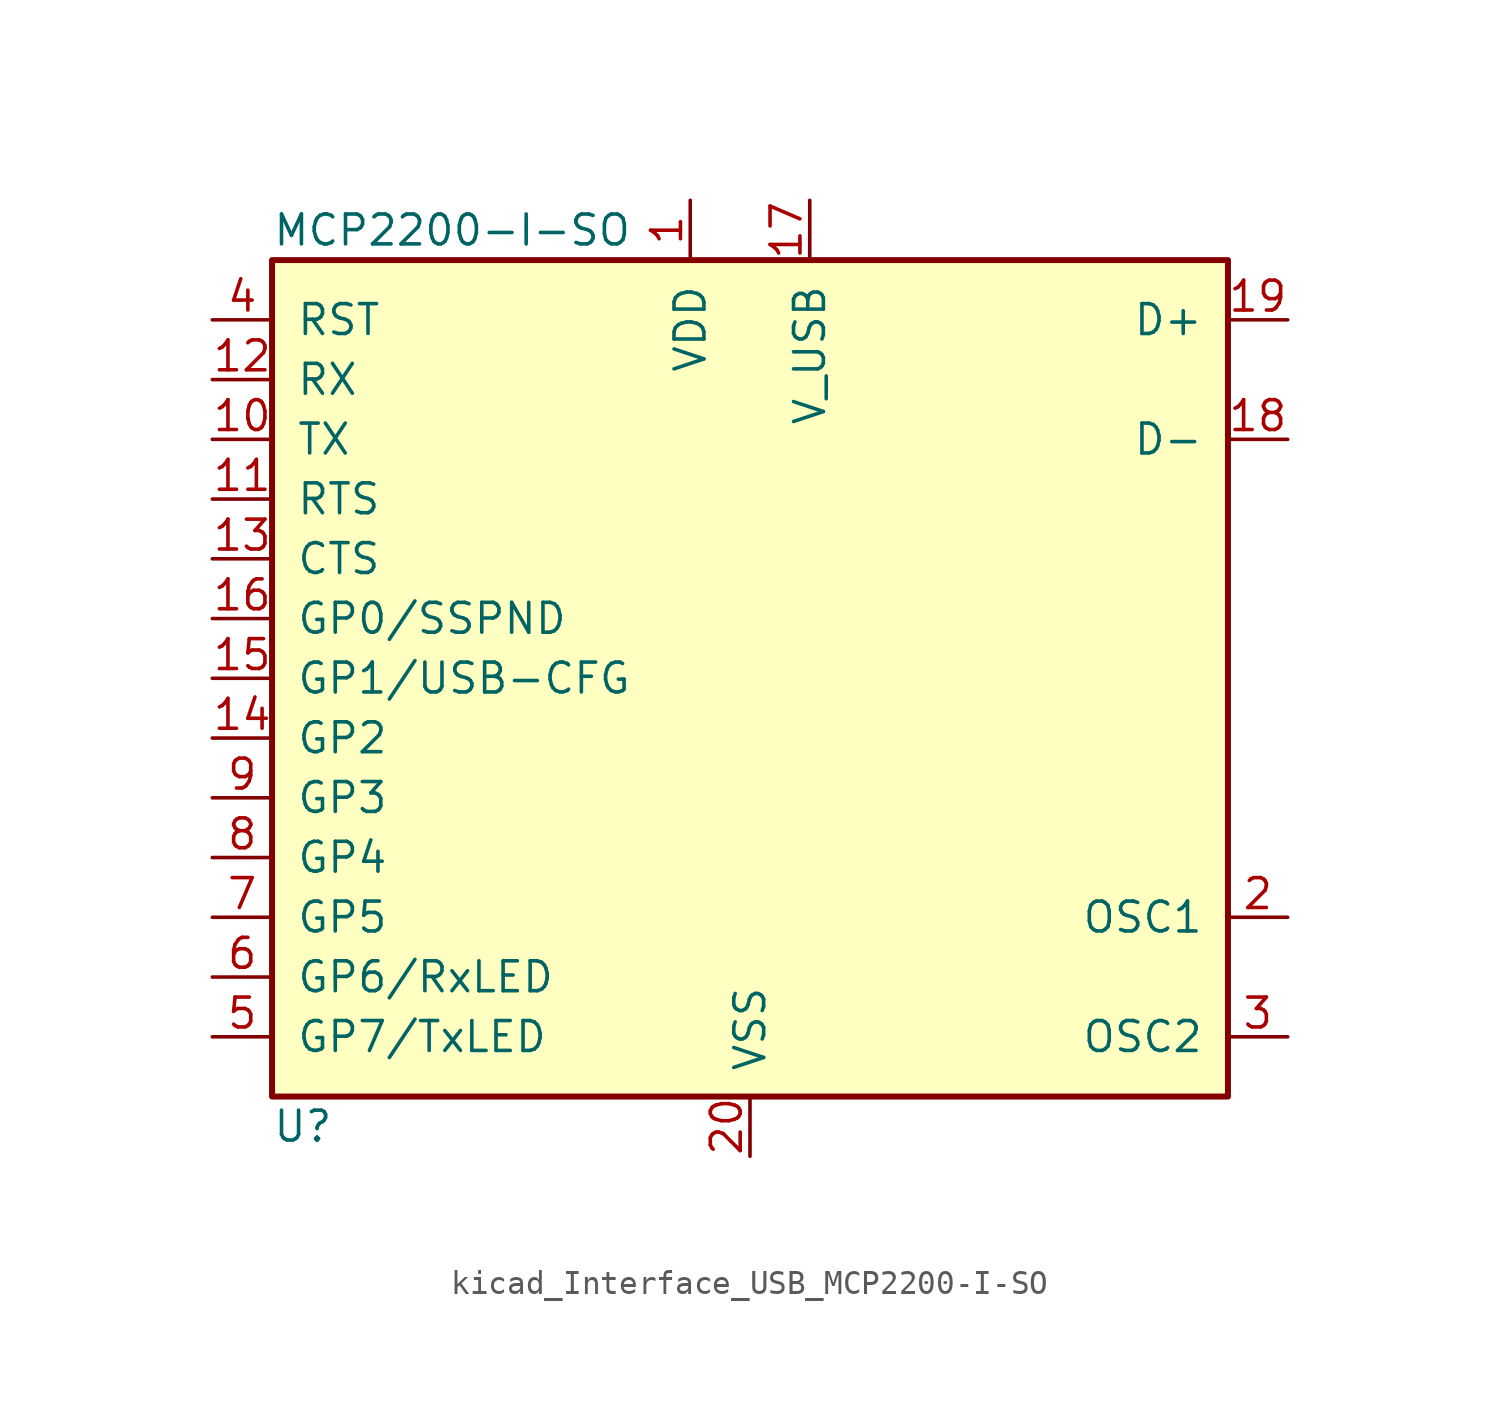
<source format=kicad_sym>
(kicad_symbol_lib
  (version 20220914)
  (generator kicad_symbol_editor)
  (symbol "kicad_Interface_USB_MCP2200-I-SO"
    (pin_names
      (offset 1.016))
    (property "Reference" "U"
      (at -20.32 -19.05 0)
      (effects (font (size 1.27 1.27)) (justify left)))
    (property "Value" "MCP2200-I-SO"
      (at -20.32 19.05 0)
      (effects (font (size 1.27 1.27)) (justify left)))
    (symbol "kicad_Interface_USB_MCP2200-I-SO_0_1"
      (rectangle (start -20.32 17.78) (end 20.32 -17.78) (stroke (width 0.254) (type default)) (fill (type background))))
    (symbol "kicad_Interface_USB_MCP2200-I-SO_1_1"
      (pin power_in line (at -2.54 20.32 270) (length 2.54) (name "VDD" (effects (font (size 1.27 1.27)))) (number "1" (effects (font (size 1.27 1.27)))))
      (pin output line (at -22.86 10.16 0) (length 2.54) (name "TX" (effects (font (size 1.27 1.27)))) (number "10" (effects (font (size 1.27 1.27)))))
      (pin output line (at -22.86 7.62 0) (length 2.54) (name "RTS" (effects (font (size 1.27 1.27)))) (number "11" (effects (font (size 1.27 1.27)))))
      (pin input line (at -22.86 12.7 0) (length 2.54) (name "RX" (effects (font (size 1.27 1.27)))) (number "12" (effects (font (size 1.27 1.27)))))
      (pin input line (at -22.86 5.08 0) (length 2.54) (name "CTS" (effects (font (size 1.27 1.27)))) (number "13" (effects (font (size 1.27 1.27)))))
      (pin bidirectional line (at -22.86 -2.54 0) (length 2.54) (name "GP2" (effects (font (size 1.27 1.27)))) (number "14" (effects (font (size 1.27 1.27)))))
      (pin bidirectional line (at -22.86 0 0) (length 2.54) (name "GP1/USB-CFG" (effects (font (size 1.27 1.27)))) (number "15" (effects (font (size 1.27 1.27)))))
      (pin bidirectional line (at -22.86 2.54 0) (length 2.54) (name "GP0/SSPND" (effects (font (size 1.27 1.27)))) (number "16" (effects (font (size 1.27 1.27)))))
      (pin power_in line (at 2.54 20.32 270) (length 2.54) (name "V_USB" (effects (font (size 1.27 1.27)))) (number "17" (effects (font (size 1.27 1.27)))))
      (pin bidirectional line (at 22.86 10.16 180) (length 2.54) (name "D-" (effects (font (size 1.27 1.27)))) (number "18" (effects (font (size 1.27 1.27)))))
      (pin bidirectional line (at 22.86 15.24 180) (length 2.54) (name "D+" (effects (font (size 1.27 1.27)))) (number "19" (effects (font (size 1.27 1.27)))))
      (pin input line (at 22.86 -10.16 180) (length 2.54) (name "OSC1" (effects (font (size 1.27 1.27)))) (number "2" (effects (font (size 1.27 1.27)))))
      (pin power_in line (at 0 -20.32 90) (length 2.54) (name "VSS" (effects (font (size 1.27 1.27)))) (number "20" (effects (font (size 1.27 1.27)))))
      (pin output line (at 22.86 -15.24 180) (length 2.54) (name "OSC2" (effects (font (size 1.27 1.27)))) (number "3" (effects (font (size 1.27 1.27)))))
      (pin input line (at -22.86 15.24 0) (length 2.54) (name "RST" (effects (font (size 1.27 1.27)))) (number "4" (effects (font (size 1.27 1.27)))))
      (pin bidirectional line (at -22.86 -15.24 0) (length 2.54) (name "GP7/TxLED" (effects (font (size 1.27 1.27)))) (number "5" (effects (font (size 1.27 1.27)))))
      (pin bidirectional line (at -22.86 -12.7 0) (length 2.54) (name "GP6/RxLED" (effects (font (size 1.27 1.27)))) (number "6" (effects (font (size 1.27 1.27)))))
      (pin bidirectional line (at -22.86 -10.16 0) (length 2.54) (name "GP5" (effects (font (size 1.27 1.27)))) (number "7" (effects (font (size 1.27 1.27)))))
      (pin bidirectional line (at -22.86 -7.62 0) (length 2.54) (name "GP4" (effects (font (size 1.27 1.27)))) (number "8" (effects (font (size 1.27 1.27)))))
      (pin bidirectional line (at -22.86 -5.08 0) (length 2.54) (name "GP3" (effects (font (size 1.27 1.27)))) (number "9" (effects (font (size 1.27 1.27))))))))
</source>
